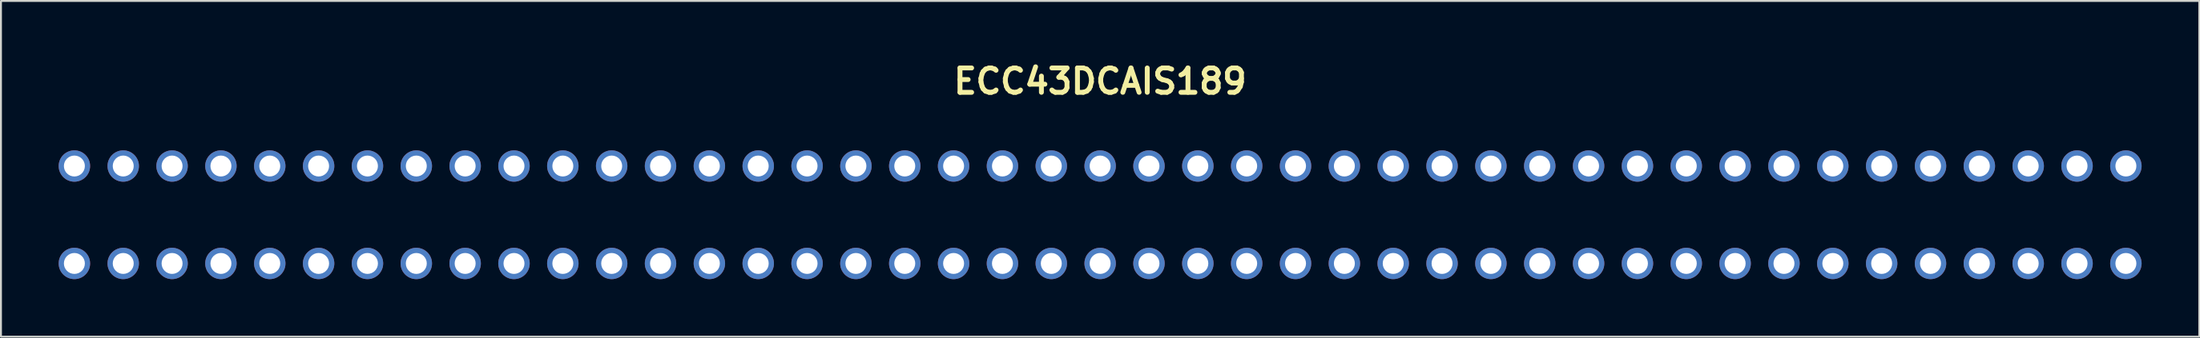
<source format=kicad_pcb>
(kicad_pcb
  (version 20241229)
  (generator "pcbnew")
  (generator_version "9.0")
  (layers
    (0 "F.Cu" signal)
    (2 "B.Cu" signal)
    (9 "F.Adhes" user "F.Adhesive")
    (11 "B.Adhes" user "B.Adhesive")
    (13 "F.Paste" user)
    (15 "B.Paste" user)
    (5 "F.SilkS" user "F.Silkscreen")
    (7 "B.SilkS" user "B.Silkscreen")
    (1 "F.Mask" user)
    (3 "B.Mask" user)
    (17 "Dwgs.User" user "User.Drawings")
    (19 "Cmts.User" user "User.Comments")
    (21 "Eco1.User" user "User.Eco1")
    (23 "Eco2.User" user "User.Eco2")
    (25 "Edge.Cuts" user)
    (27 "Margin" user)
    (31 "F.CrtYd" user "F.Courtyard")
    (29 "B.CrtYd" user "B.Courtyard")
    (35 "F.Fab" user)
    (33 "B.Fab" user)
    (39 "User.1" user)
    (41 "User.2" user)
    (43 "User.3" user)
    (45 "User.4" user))
  (footprint "ECC43DCAIS189"
    (layer "F.Cu")
    (at 0.818 5.606)
    (property "Reference" "ECC43DCAIS189" (at 53.34 -4.417 0) (layer "F.SilkS") (effects (font (size 1.27 1.27) (thickness 0.254))))
    (attr through_hole exclude_from_pos_files)
    (pad "1" thru_hole circle (at 0 5.08 90) (size 1.635 1.635) (drill 1.09) (layers "*.Cu" "*.Mask"))
    (pad "2" thru_hole circle (at 0 0 90) (size 1.635 1.635) (drill 1.09) (layers "*.Cu" "*.Mask"))
    (pad "3" thru_hole circle (at 2.54 5.08 90) (size 1.635 1.635) (drill 1.09) (layers "*.Cu" "*.Mask"))
    (pad "4" thru_hole circle (at 2.54 0 90) (size 1.635 1.635) (drill 1.09) (layers "*.Cu" "*.Mask"))
    (pad "5" thru_hole circle (at 5.08 5.08 90) (size 1.635 1.635) (drill 1.09) (layers "*.Cu" "*.Mask"))
    (pad "6" thru_hole circle (at 5.08 0 90) (size 1.635 1.635) (drill 1.09) (layers "*.Cu" "*.Mask"))
    (pad "7" thru_hole circle (at 7.62 5.08 90) (size 1.635 1.635) (drill 1.09) (layers "*.Cu" "*.Mask"))
    (pad "8" thru_hole circle (at 7.62 0 90) (size 1.635 1.635) (drill 1.09) (layers "*.Cu" "*.Mask"))
    (pad "9" thru_hole circle (at 10.16 5.08 90) (size 1.635 1.635) (drill 1.09) (layers "*.Cu" "*.Mask"))
    (pad "10" thru_hole circle (at 10.16 0 90) (size 1.635 1.635) (drill 1.09) (layers "*.Cu" "*.Mask"))
    (pad "11" thru_hole circle (at 12.7 5.08 90) (size 1.635 1.635) (drill 1.09) (layers "*.Cu" "*.Mask"))
    (pad "12" thru_hole circle (at 12.7 0 90) (size 1.635 1.635) (drill 1.09) (layers "*.Cu" "*.Mask"))
    (pad "13" thru_hole circle (at 15.24 5.08 90) (size 1.635 1.635) (drill 1.09) (layers "*.Cu" "*.Mask"))
    (pad "14" thru_hole circle (at 15.24 0 90) (size 1.635 1.635) (drill 1.09) (layers "*.Cu" "*.Mask"))
    (pad "15" thru_hole circle (at 17.78 5.08 90) (size 1.635 1.635) (drill 1.09) (layers "*.Cu" "*.Mask"))
    (pad "16" thru_hole circle (at 17.78 0 90) (size 1.635 1.635) (drill 1.09) (layers "*.Cu" "*.Mask"))
    (pad "17" thru_hole circle (at 20.32 5.08 90) (size 1.635 1.635) (drill 1.09) (layers "*.Cu" "*.Mask"))
    (pad "18" thru_hole circle (at 20.32 0 90) (size 1.635 1.635) (drill 1.09) (layers "*.Cu" "*.Mask"))
    (pad "19" thru_hole circle (at 22.86 5.08 90) (size 1.635 1.635) (drill 1.09) (layers "*.Cu" "*.Mask"))
    (pad "20" thru_hole circle (at 22.86 0 90) (size 1.635 1.635) (drill 1.09) (layers "*.Cu" "*.Mask"))
    (pad "21" thru_hole circle (at 25.4 5.08 90) (size 1.635 1.635) (drill 1.09) (layers "*.Cu" "*.Mask"))
    (pad "22" thru_hole circle (at 25.4 0 90) (size 1.635 1.635) (drill 1.09) (layers "*.Cu" "*.Mask"))
    (pad "23" thru_hole circle (at 27.94 5.08 90) (size 1.635 1.635) (drill 1.09) (layers "*.Cu" "*.Mask"))
    (pad "24" thru_hole circle (at 27.94 0 90) (size 1.635 1.635) (drill 1.09) (layers "*.Cu" "*.Mask"))
    (pad "25" thru_hole circle (at 30.48 5.08 90) (size 1.635 1.635) (drill 1.09) (layers "*.Cu" "*.Mask"))
    (pad "26" thru_hole circle (at 30.48 0 90) (size 1.635 1.635) (drill 1.09) (layers "*.Cu" "*.Mask"))
    (pad "27" thru_hole circle (at 33.02 5.08 90) (size 1.635 1.635) (drill 1.09) (layers "*.Cu" "*.Mask"))
    (pad "28" thru_hole circle (at 33.02 0 90) (size 1.635 1.635) (drill 1.09) (layers "*.Cu" "*.Mask"))
    (pad "29" thru_hole circle (at 35.56 5.08 90) (size 1.635 1.635) (drill 1.09) (layers "*.Cu" "*.Mask"))
    (pad "30" thru_hole circle (at 35.56 0 90) (size 1.635 1.635) (drill 1.09) (layers "*.Cu" "*.Mask"))
    (pad "31" thru_hole circle (at 38.1 5.08 90) (size 1.635 1.635) (drill 1.09) (layers "*.Cu" "*.Mask"))
    (pad "32" thru_hole circle (at 38.1 0 90) (size 1.635 1.635) (drill 1.09) (layers "*.Cu" "*.Mask"))
    (pad "33" thru_hole circle (at 40.64 5.08 90) (size 1.635 1.635) (drill 1.09) (layers "*.Cu" "*.Mask"))
    (pad "34" thru_hole circle (at 40.64 0 90) (size 1.635 1.635) (drill 1.09) (layers "*.Cu" "*.Mask"))
    (pad "35" thru_hole circle (at 43.18 5.08 90) (size 1.635 1.635) (drill 1.09) (layers "*.Cu" "*.Mask"))
    (pad "36" thru_hole circle (at 43.18 0 90) (size 1.635 1.635) (drill 1.09) (layers "*.Cu" "*.Mask"))
    (pad "37" thru_hole circle (at 45.72 5.08 90) (size 1.635 1.635) (drill 1.09) (layers "*.Cu" "*.Mask"))
    (pad "38" thru_hole circle (at 45.72 0 90) (size 1.635 1.635) (drill 1.09) (layers "*.Cu" "*.Mask"))
    (pad "39" thru_hole circle (at 48.26 5.08 90) (size 1.635 1.635) (drill 1.09) (layers "*.Cu" "*.Mask"))
    (pad "40" thru_hole circle (at 48.26 0 90) (size 1.635 1.635) (drill 1.09) (layers "*.Cu" "*.Mask"))
    (pad "41" thru_hole circle (at 50.8 5.08 90) (size 1.635 1.635) (drill 1.09) (layers "*.Cu" "*.Mask"))
    (pad "42" thru_hole circle (at 50.8 0 90) (size 1.635 1.635) (drill 1.09) (layers "*.Cu" "*.Mask"))
    (pad "43" thru_hole circle (at 53.34 5.08 90) (size 1.635 1.635) (drill 1.09) (layers "*.Cu" "*.Mask"))
    (pad "44" thru_hole circle (at 53.34 0 90) (size 1.635 1.635) (drill 1.09) (layers "*.Cu" "*.Mask"))
    (pad "45" thru_hole circle (at 55.88 5.08 90) (size 1.635 1.635) (drill 1.09) (layers "*.Cu" "*.Mask"))
    (pad "46" thru_hole circle (at 55.88 0 90) (size 1.635 1.635) (drill 1.09) (layers "*.Cu" "*.Mask"))
    (pad "47" thru_hole circle (at 58.42 5.08 90) (size 1.635 1.635) (drill 1.09) (layers "*.Cu" "*.Mask"))
    (pad "48" thru_hole circle (at 58.42 0 90) (size 1.635 1.635) (drill 1.09) (layers "*.Cu" "*.Mask"))
    (pad "49" thru_hole circle (at 60.96 5.08 90) (size 1.635 1.635) (drill 1.09) (layers "*.Cu" "*.Mask"))
    (pad "50" thru_hole circle (at 60.96 0 90) (size 1.635 1.635) (drill 1.09) (layers "*.Cu" "*.Mask"))
    (pad "51" thru_hole circle (at 63.5 5.08 90) (size 1.635 1.635) (drill 1.09) (layers "*.Cu" "*.Mask"))
    (pad "52" thru_hole circle (at 63.5 0 90) (size 1.635 1.635) (drill 1.09) (layers "*.Cu" "*.Mask"))
    (pad "53" thru_hole circle (at 66.04 5.08 90) (size 1.635 1.635) (drill 1.09) (layers "*.Cu" "*.Mask"))
    (pad "54" thru_hole circle (at 66.04 0 90) (size 1.635 1.635) (drill 1.09) (layers "*.Cu" "*.Mask"))
    (pad "55" thru_hole circle (at 68.58 5.08 90) (size 1.635 1.635) (drill 1.09) (layers "*.Cu" "*.Mask"))
    (pad "56" thru_hole circle (at 68.58 0 90) (size 1.635 1.635) (drill 1.09) (layers "*.Cu" "*.Mask"))
    (pad "57" thru_hole circle (at 71.12 5.08 90) (size 1.635 1.635) (drill 1.09) (layers "*.Cu" "*.Mask"))
    (pad "58" thru_hole circle (at 71.12 0 90) (size 1.635 1.635) (drill 1.09) (layers "*.Cu" "*.Mask"))
    (pad "59" thru_hole circle (at 73.66 5.08 90) (size 1.635 1.635) (drill 1.09) (layers "*.Cu" "*.Mask"))
    (pad "60" thru_hole circle (at 73.66 0 90) (size 1.635 1.635) (drill 1.09) (layers "*.Cu" "*.Mask"))
    (pad "61" thru_hole circle (at 76.2 5.08 90) (size 1.635 1.635) (drill 1.09) (layers "*.Cu" "*.Mask"))
    (pad "62" thru_hole circle (at 76.2 0 90) (size 1.635 1.635) (drill 1.09) (layers "*.Cu" "*.Mask"))
    (pad "63" thru_hole circle (at 78.74 5.08 90) (size 1.635 1.635) (drill 1.09) (layers "*.Cu" "*.Mask"))
    (pad "64" thru_hole circle (at 78.74 0 90) (size 1.635 1.635) (drill 1.09) (layers "*.Cu" "*.Mask"))
    (pad "65" thru_hole circle (at 81.28 5.08 90) (size 1.635 1.635) (drill 1.09) (layers "*.Cu" "*.Mask"))
    (pad "66" thru_hole circle (at 81.28 0 90) (size 1.635 1.635) (drill 1.09) (layers "*.Cu" "*.Mask"))
    (pad "67" thru_hole circle (at 83.82 5.08 90) (size 1.635 1.635) (drill 1.09) (layers "*.Cu" "*.Mask"))
    (pad "68" thru_hole circle (at 83.82 0 90) (size 1.635 1.635) (drill 1.09) (layers "*.Cu" "*.Mask"))
    (pad "69" thru_hole circle (at 86.36 5.08 90) (size 1.635 1.635) (drill 1.09) (layers "*.Cu" "*.Mask"))
    (pad "70" thru_hole circle (at 86.36 0 90) (size 1.635 1.635) (drill 1.09) (layers "*.Cu" "*.Mask"))
    (pad "71" thru_hole circle (at 88.9 5.08 90) (size 1.635 1.635) (drill 1.09) (layers "*.Cu" "*.Mask"))
    (pad "72" thru_hole circle (at 88.9 0 90) (size 1.635 1.635) (drill 1.09) (layers "*.Cu" "*.Mask"))
    (pad "73" thru_hole circle (at 91.44 5.08 90) (size 1.635 1.635) (drill 1.09) (layers "*.Cu" "*.Mask"))
    (pad "74" thru_hole circle (at 91.44 0 90) (size 1.635 1.635) (drill 1.09) (layers "*.Cu" "*.Mask"))
    (pad "75" thru_hole circle (at 93.98 5.08 90) (size 1.635 1.635) (drill 1.09) (layers "*.Cu" "*.Mask"))
    (pad "76" thru_hole circle (at 93.98 0 90) (size 1.635 1.635) (drill 1.09) (layers "*.Cu" "*.Mask"))
    (pad "77" thru_hole circle (at 96.52 5.08 90) (size 1.635 1.635) (drill 1.09) (layers "*.Cu" "*.Mask"))
    (pad "78" thru_hole circle (at 96.52 0 90) (size 1.635 1.635) (drill 1.09) (layers "*.Cu" "*.Mask"))
    (pad "79" thru_hole circle (at 99.06 5.08 90) (size 1.635 1.635) (drill 1.09) (layers "*.Cu" "*.Mask"))
    (pad "80" thru_hole circle (at 99.06 0 90) (size 1.635 1.635) (drill 1.09) (layers "*.Cu" "*.Mask"))
    (pad "81" thru_hole circle (at 101.6 5.08 90) (size 1.635 1.635) (drill 1.09) (layers "*.Cu" "*.Mask"))
    (pad "82" thru_hole circle (at 101.6 0 90) (size 1.635 1.635) (drill 1.09) (layers "*.Cu" "*.Mask"))
    (pad "83" thru_hole circle (at 104.14 5.08 90) (size 1.635 1.635) (drill 1.09) (layers "*.Cu" "*.Mask"))
    (pad "84" thru_hole circle (at 104.14 0 90) (size 1.635 1.635) (drill 1.09) (layers "*.Cu" "*.Mask"))
    (pad "85" thru_hole circle (at 106.68 5.08 90) (size 1.635 1.635) (drill 1.09) (layers "*.Cu" "*.Mask"))
    (pad "86" thru_hole circle (at 106.68 0 90) (size 1.635 1.635) (drill 1.09) (layers "*.Cu" "*.Mask")))
  (gr_rect
    (start -3 -3)
    (end 111.315 14.503)
    (stroke (width 0.1) (type default))
    (fill no)
    (layer "Edge.Cuts")))
</source>
